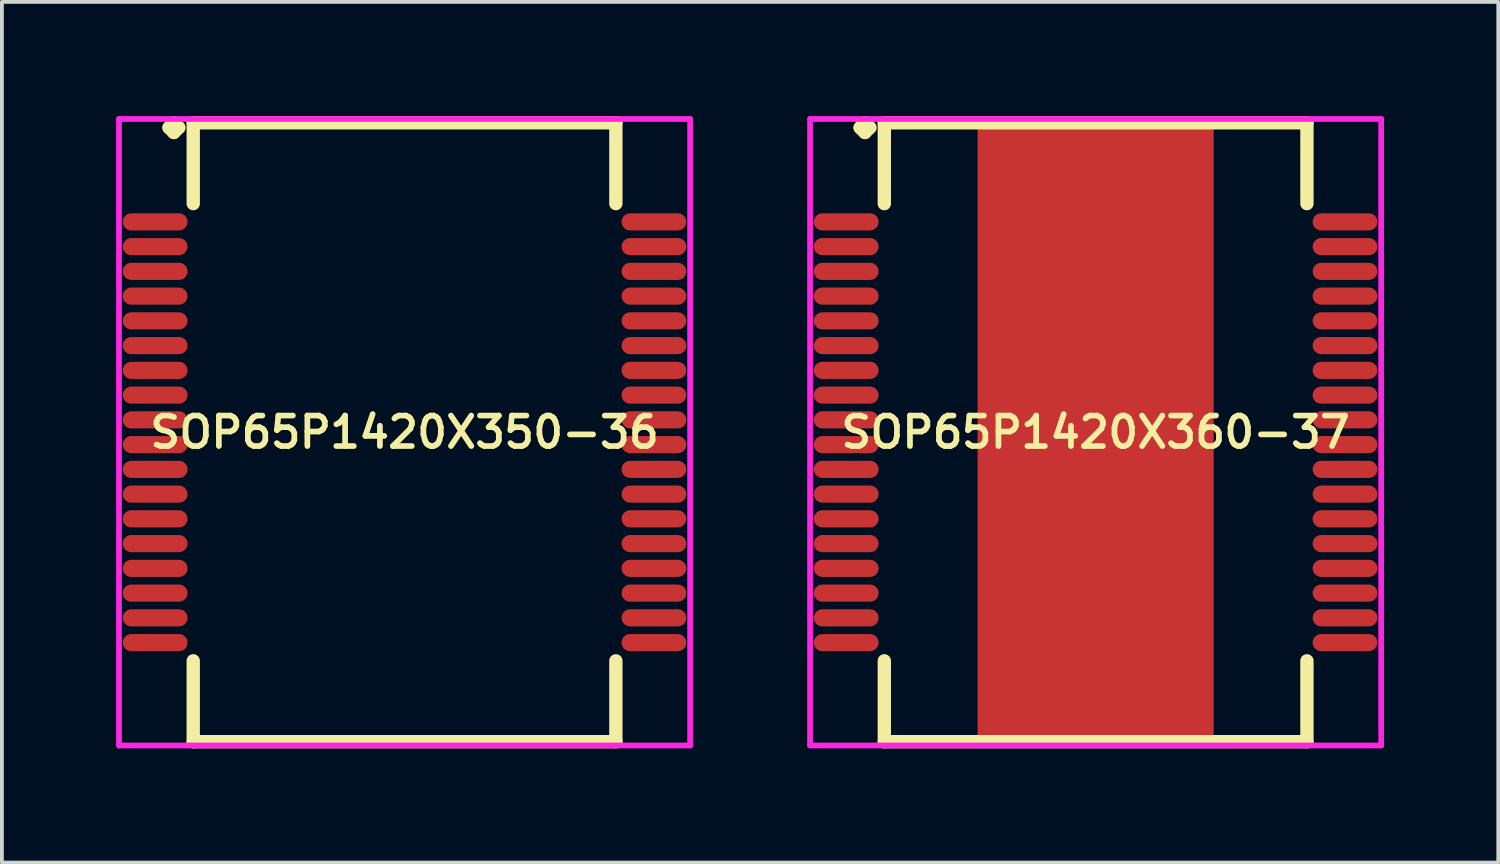
<source format=kicad_pcb>
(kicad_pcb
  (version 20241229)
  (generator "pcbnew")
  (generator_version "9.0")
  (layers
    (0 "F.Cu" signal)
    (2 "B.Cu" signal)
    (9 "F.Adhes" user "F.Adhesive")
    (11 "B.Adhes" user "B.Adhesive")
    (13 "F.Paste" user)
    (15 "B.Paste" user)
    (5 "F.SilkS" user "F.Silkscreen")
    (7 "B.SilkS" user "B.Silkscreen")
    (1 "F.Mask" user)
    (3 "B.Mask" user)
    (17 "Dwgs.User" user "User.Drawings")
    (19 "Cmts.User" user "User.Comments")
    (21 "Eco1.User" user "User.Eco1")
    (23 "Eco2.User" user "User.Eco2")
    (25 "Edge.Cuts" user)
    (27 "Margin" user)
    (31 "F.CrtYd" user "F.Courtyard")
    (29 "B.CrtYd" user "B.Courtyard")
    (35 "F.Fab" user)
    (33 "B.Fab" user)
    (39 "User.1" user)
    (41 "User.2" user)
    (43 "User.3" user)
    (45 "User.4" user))
  (footprint "SOP65P1420X360-37"
    (layer "F.Cu")
    (at 25.725 8.302)
    (property "Reference" "SOP65P1420X360-37" (at 0 0 0) (layer "F.SilkS") (effects (font (size 0.8 0.8) (thickness 0.15))))
    (attr smd)
    (fp_line (start -6.185 -8) (end -6.058 -8.127) (stroke (width 0.35) (type solid)) (layer "F.SilkS"))
    (fp_line (start -6.058 -8.127) (end -5.931 -8) (stroke (width 0.35) (type solid)) (layer "F.SilkS"))
    (fp_line (start -6.058 -7.873) (end -6.185 -8) (stroke (width 0.35) (type solid)) (layer "F.SilkS"))
    (fp_line (start -5.931 -8) (end -6.058 -7.873) (stroke (width 0.35) (type solid)) (layer "F.SilkS"))
    (fp_line (start -5.55 -8.127) (end 5.55 -8.127) (stroke (width 0.35) (type solid)) (layer "F.SilkS"))
    (fp_line (start -5.55 -6.004) (end -5.55 -8.127) (stroke (width 0.35) (type solid)) (layer "F.SilkS"))
    (fp_line (start -5.55 6.004) (end -5.55 8.127) (stroke (width 0.35) (type solid)) (layer "F.SilkS"))
    (fp_line (start -5.55 8.127) (end 5.55 8.127) (stroke (width 0.35) (type solid)) (layer "F.SilkS"))
    (fp_line (start 5.55 -8.127) (end 5.55 -6.004) (stroke (width 0.35) (type solid)) (layer "F.SilkS"))
    (fp_line (start 5.55 8.127) (end 5.55 6.004) (stroke (width 0.35) (type solid)) (layer "F.SilkS"))
    (fp_line (start -7.5 -8.227) (end 7.5 -8.227) (stroke (width 0.15) (type solid)) (layer "F.CrtYd"))
    (fp_line (start -7.5 8.227) (end -7.5 -8.227) (stroke (width 0.15) (type solid)) (layer "F.CrtYd"))
    (fp_line (start 7.5 -8.227) (end 7.5 8.227) (stroke (width 0.15) (type solid)) (layer "F.CrtYd"))
    (fp_line (start 7.5 8.227) (end -7.5 8.227) (stroke (width 0.15) (type solid)) (layer "F.CrtYd"))
    (pad "1" smd oval (at -6.55 -5.525) (size 1.7 0.45) (layers "F.Cu" "F.Mask" "F.Paste"))
    (pad "2" smd oval (at -6.55 -4.875) (size 1.7 0.45) (layers "F.Cu" "F.Mask" "F.Paste"))
    (pad "3" smd oval (at -6.55 -4.225) (size 1.7 0.45) (layers "F.Cu" "F.Mask" "F.Paste"))
    (pad "4" smd oval (at -6.55 -3.575) (size 1.7 0.45) (layers "F.Cu" "F.Mask" "F.Paste"))
    (pad "5" smd oval (at -6.55 -2.925) (size 1.7 0.45) (layers "F.Cu" "F.Mask" "F.Paste"))
    (pad "6" smd oval (at -6.55 -2.275) (size 1.7 0.45) (layers "F.Cu" "F.Mask" "F.Paste"))
    (pad "7" smd oval (at -6.55 -1.625) (size 1.7 0.45) (layers "F.Cu" "F.Mask" "F.Paste"))
    (pad "8" smd oval (at -6.55 -0.975) (size 1.7 0.45) (layers "F.Cu" "F.Mask" "F.Paste"))
    (pad "9" smd oval (at -6.55 -0.325) (size 1.7 0.45) (layers "F.Cu" "F.Mask" "F.Paste"))
    (pad "10" smd oval (at -6.55 0.325) (size 1.7 0.45) (layers "F.Cu" "F.Mask" "F.Paste"))
    (pad "11" smd oval (at -6.55 0.975) (size 1.7 0.45) (layers "F.Cu" "F.Mask" "F.Paste"))
    (pad "12" smd oval (at -6.55 1.625) (size 1.7 0.45) (layers "F.Cu" "F.Mask" "F.Paste"))
    (pad "13" smd oval (at -6.55 2.275) (size 1.7 0.45) (layers "F.Cu" "F.Mask" "F.Paste"))
    (pad "14" smd oval (at -6.55 2.925) (size 1.7 0.45) (layers "F.Cu" "F.Mask" "F.Paste"))
    (pad "15" smd oval (at -6.55 3.575) (size 1.7 0.45) (layers "F.Cu" "F.Mask" "F.Paste"))
    (pad "16" smd oval (at -6.55 4.225) (size 1.7 0.45) (layers "F.Cu" "F.Mask" "F.Paste"))
    (pad "17" smd oval (at -6.55 4.875) (size 1.7 0.45) (layers "F.Cu" "F.Mask" "F.Paste"))
    (pad "18" smd oval (at -6.55 5.525) (size 1.7 0.45) (layers "F.Cu" "F.Mask" "F.Paste"))
    (pad "19" smd oval (at 6.55 5.525) (size 1.7 0.45) (layers "F.Cu" "F.Mask" "F.Paste"))
    (pad "20" smd oval (at 6.55 4.875) (size 1.7 0.45) (layers "F.Cu" "F.Mask" "F.Paste"))
    (pad "21" smd oval (at 6.55 4.225) (size 1.7 0.45) (layers "F.Cu" "F.Mask" "F.Paste"))
    (pad "22" smd oval (at 6.55 3.575) (size 1.7 0.45) (layers "F.Cu" "F.Mask" "F.Paste"))
    (pad "23" smd oval (at 6.55 2.925) (size 1.7 0.45) (layers "F.Cu" "F.Mask" "F.Paste"))
    (pad "24" smd oval (at 6.55 2.275) (size 1.7 0.45) (layers "F.Cu" "F.Mask" "F.Paste"))
    (pad "25" smd oval (at 6.55 1.625) (size 1.7 0.45) (layers "F.Cu" "F.Mask" "F.Paste"))
    (pad "26" smd oval (at 6.55 0.975) (size 1.7 0.45) (layers "F.Cu" "F.Mask" "F.Paste"))
    (pad "27" smd oval (at 6.55 0.325) (size 1.7 0.45) (layers "F.Cu" "F.Mask" "F.Paste"))
    (pad "28" smd oval (at 6.55 -0.325) (size 1.7 0.45) (layers "F.Cu" "F.Mask" "F.Paste"))
    (pad "29" smd oval (at 6.55 -0.975) (size 1.7 0.45) (layers "F.Cu" "F.Mask" "F.Paste"))
    (pad "30" smd oval (at 6.55 -1.625) (size 1.7 0.45) (layers "F.Cu" "F.Mask" "F.Paste"))
    (pad "31" smd oval (at 6.55 -2.275) (size 1.7 0.45) (layers "F.Cu" "F.Mask" "F.Paste"))
    (pad "32" smd oval (at 6.55 -2.925) (size 1.7 0.45) (layers "F.Cu" "F.Mask" "F.Paste"))
    (pad "33" smd oval (at 6.55 -3.575) (size 1.7 0.45) (layers "F.Cu" "F.Mask" "F.Paste"))
    (pad "34" smd oval (at 6.55 -4.225) (size 1.7 0.45) (layers "F.Cu" "F.Mask" "F.Paste"))
    (pad "35" smd oval (at 6.55 -4.875) (size 1.7 0.45) (layers "F.Cu" "F.Mask" "F.Paste"))
    (pad "36" smd oval (at 6.55 -5.525) (size 1.7 0.45) (layers "F.Cu" "F.Mask" "F.Paste"))
    (pad "37" smd rect (at 0 0) (size 6.2 16) (layers "F.Cu" "F.Mask" "F.Paste")))
  (footprint "SOP65P1420X350-36"
    (layer "F.Cu")
    (at 7.575 8.302)
    (property "Reference" "SOP65P1420X350-36" (at 0 0 0) (layer "F.SilkS") (effects (font (size 0.8 0.8) (thickness 0.15))))
    (attr smd)
    (fp_line (start -6.185 -8) (end -6.058 -8.127) (stroke (width 0.35) (type solid)) (layer "F.SilkS"))
    (fp_line (start -6.058 -8.127) (end -5.931 -8) (stroke (width 0.35) (type solid)) (layer "F.SilkS"))
    (fp_line (start -6.058 -7.873) (end -6.185 -8) (stroke (width 0.35) (type solid)) (layer "F.SilkS"))
    (fp_line (start -5.931 -8) (end -6.058 -7.873) (stroke (width 0.35) (type solid)) (layer "F.SilkS"))
    (fp_line (start -5.55 -8.127) (end 5.55 -8.127) (stroke (width 0.35) (type solid)) (layer "F.SilkS"))
    (fp_line (start -5.55 -6.004) (end -5.55 -8.127) (stroke (width 0.35) (type solid)) (layer "F.SilkS"))
    (fp_line (start -5.55 6.004) (end -5.55 8.127) (stroke (width 0.35) (type solid)) (layer "F.SilkS"))
    (fp_line (start -5.55 8.127) (end 5.55 8.127) (stroke (width 0.35) (type solid)) (layer "F.SilkS"))
    (fp_line (start 5.55 -8.127) (end 5.55 -6.004) (stroke (width 0.35) (type solid)) (layer "F.SilkS"))
    (fp_line (start 5.55 8.127) (end 5.55 6.004) (stroke (width 0.35) (type solid)) (layer "F.SilkS"))
    (fp_line (start -7.5 -8.227) (end 7.5 -8.227) (stroke (width 0.15) (type solid)) (layer "F.CrtYd"))
    (fp_line (start -7.5 8.227) (end -7.5 -8.227) (stroke (width 0.15) (type solid)) (layer "F.CrtYd"))
    (fp_line (start 7.5 -8.227) (end 7.5 8.227) (stroke (width 0.15) (type solid)) (layer "F.CrtYd"))
    (fp_line (start 7.5 8.227) (end -7.5 8.227) (stroke (width 0.15) (type solid)) (layer "F.CrtYd"))
    (pad "1" smd oval (at -6.55 -5.525) (size 1.7 0.45) (layers "F.Cu" "F.Mask" "F.Paste"))
    (pad "2" smd oval (at -6.55 -4.875) (size 1.7 0.45) (layers "F.Cu" "F.Mask" "F.Paste"))
    (pad "3" smd oval (at -6.55 -4.225) (size 1.7 0.45) (layers "F.Cu" "F.Mask" "F.Paste"))
    (pad "4" smd oval (at -6.55 -3.575) (size 1.7 0.45) (layers "F.Cu" "F.Mask" "F.Paste"))
    (pad "5" smd oval (at -6.55 -2.925) (size 1.7 0.45) (layers "F.Cu" "F.Mask" "F.Paste"))
    (pad "6" smd oval (at -6.55 -2.275) (size 1.7 0.45) (layers "F.Cu" "F.Mask" "F.Paste"))
    (pad "7" smd oval (at -6.55 -1.625) (size 1.7 0.45) (layers "F.Cu" "F.Mask" "F.Paste"))
    (pad "8" smd oval (at -6.55 -0.975) (size 1.7 0.45) (layers "F.Cu" "F.Mask" "F.Paste"))
    (pad "9" smd oval (at -6.55 -0.325) (size 1.7 0.45) (layers "F.Cu" "F.Mask" "F.Paste"))
    (pad "10" smd oval (at -6.55 0.325) (size 1.7 0.45) (layers "F.Cu" "F.Mask" "F.Paste"))
    (pad "11" smd oval (at -6.55 0.975) (size 1.7 0.45) (layers "F.Cu" "F.Mask" "F.Paste"))
    (pad "12" smd oval (at -6.55 1.625) (size 1.7 0.45) (layers "F.Cu" "F.Mask" "F.Paste"))
    (pad "13" smd oval (at -6.55 2.275) (size 1.7 0.45) (layers "F.Cu" "F.Mask" "F.Paste"))
    (pad "14" smd oval (at -6.55 2.925) (size 1.7 0.45) (layers "F.Cu" "F.Mask" "F.Paste"))
    (pad "15" smd oval (at -6.55 3.575) (size 1.7 0.45) (layers "F.Cu" "F.Mask" "F.Paste"))
    (pad "16" smd oval (at -6.55 4.225) (size 1.7 0.45) (layers "F.Cu" "F.Mask" "F.Paste"))
    (pad "17" smd oval (at -6.55 4.875) (size 1.7 0.45) (layers "F.Cu" "F.Mask" "F.Paste"))
    (pad "18" smd oval (at -6.55 5.525) (size 1.7 0.45) (layers "F.Cu" "F.Mask" "F.Paste"))
    (pad "19" smd oval (at 6.55 5.525) (size 1.7 0.45) (layers "F.Cu" "F.Mask" "F.Paste"))
    (pad "20" smd oval (at 6.55 4.875) (size 1.7 0.45) (layers "F.Cu" "F.Mask" "F.Paste"))
    (pad "21" smd oval (at 6.55 4.225) (size 1.7 0.45) (layers "F.Cu" "F.Mask" "F.Paste"))
    (pad "22" smd oval (at 6.55 3.575) (size 1.7 0.45) (layers "F.Cu" "F.Mask" "F.Paste"))
    (pad "23" smd oval (at 6.55 2.925) (size 1.7 0.45) (layers "F.Cu" "F.Mask" "F.Paste"))
    (pad "24" smd oval (at 6.55 2.275) (size 1.7 0.45) (layers "F.Cu" "F.Mask" "F.Paste"))
    (pad "25" smd oval (at 6.55 1.625) (size 1.7 0.45) (layers "F.Cu" "F.Mask" "F.Paste"))
    (pad "26" smd oval (at 6.55 0.975) (size 1.7 0.45) (layers "F.Cu" "F.Mask" "F.Paste"))
    (pad "27" smd oval (at 6.55 0.325) (size 1.7 0.45) (layers "F.Cu" "F.Mask" "F.Paste"))
    (pad "28" smd oval (at 6.55 -0.325) (size 1.7 0.45) (layers "F.Cu" "F.Mask" "F.Paste"))
    (pad "29" smd oval (at 6.55 -0.975) (size 1.7 0.45) (layers "F.Cu" "F.Mask" "F.Paste"))
    (pad "30" smd oval (at 6.55 -1.625) (size 1.7 0.45) (layers "F.Cu" "F.Mask" "F.Paste"))
    (pad "31" smd oval (at 6.55 -2.275) (size 1.7 0.45) (layers "F.Cu" "F.Mask" "F.Paste"))
    (pad "32" smd oval (at 6.55 -2.925) (size 1.7 0.45) (layers "F.Cu" "F.Mask" "F.Paste"))
    (pad "33" smd oval (at 6.55 -3.575) (size 1.7 0.45) (layers "F.Cu" "F.Mask" "F.Paste"))
    (pad "34" smd oval (at 6.55 -4.225) (size 1.7 0.45) (layers "F.Cu" "F.Mask" "F.Paste"))
    (pad "35" smd oval (at 6.55 -4.875) (size 1.7 0.45) (layers "F.Cu" "F.Mask" "F.Paste"))
    (pad "36" smd oval (at 6.55 -5.525) (size 1.7 0.45) (layers "F.Cu" "F.Mask" "F.Paste")))
  (gr_rect
    (start -3 -3)
    (end 36.3 19.604)
    (stroke (width 0.1) (type default))
    (fill no)
    (layer "Edge.Cuts")))
</source>
